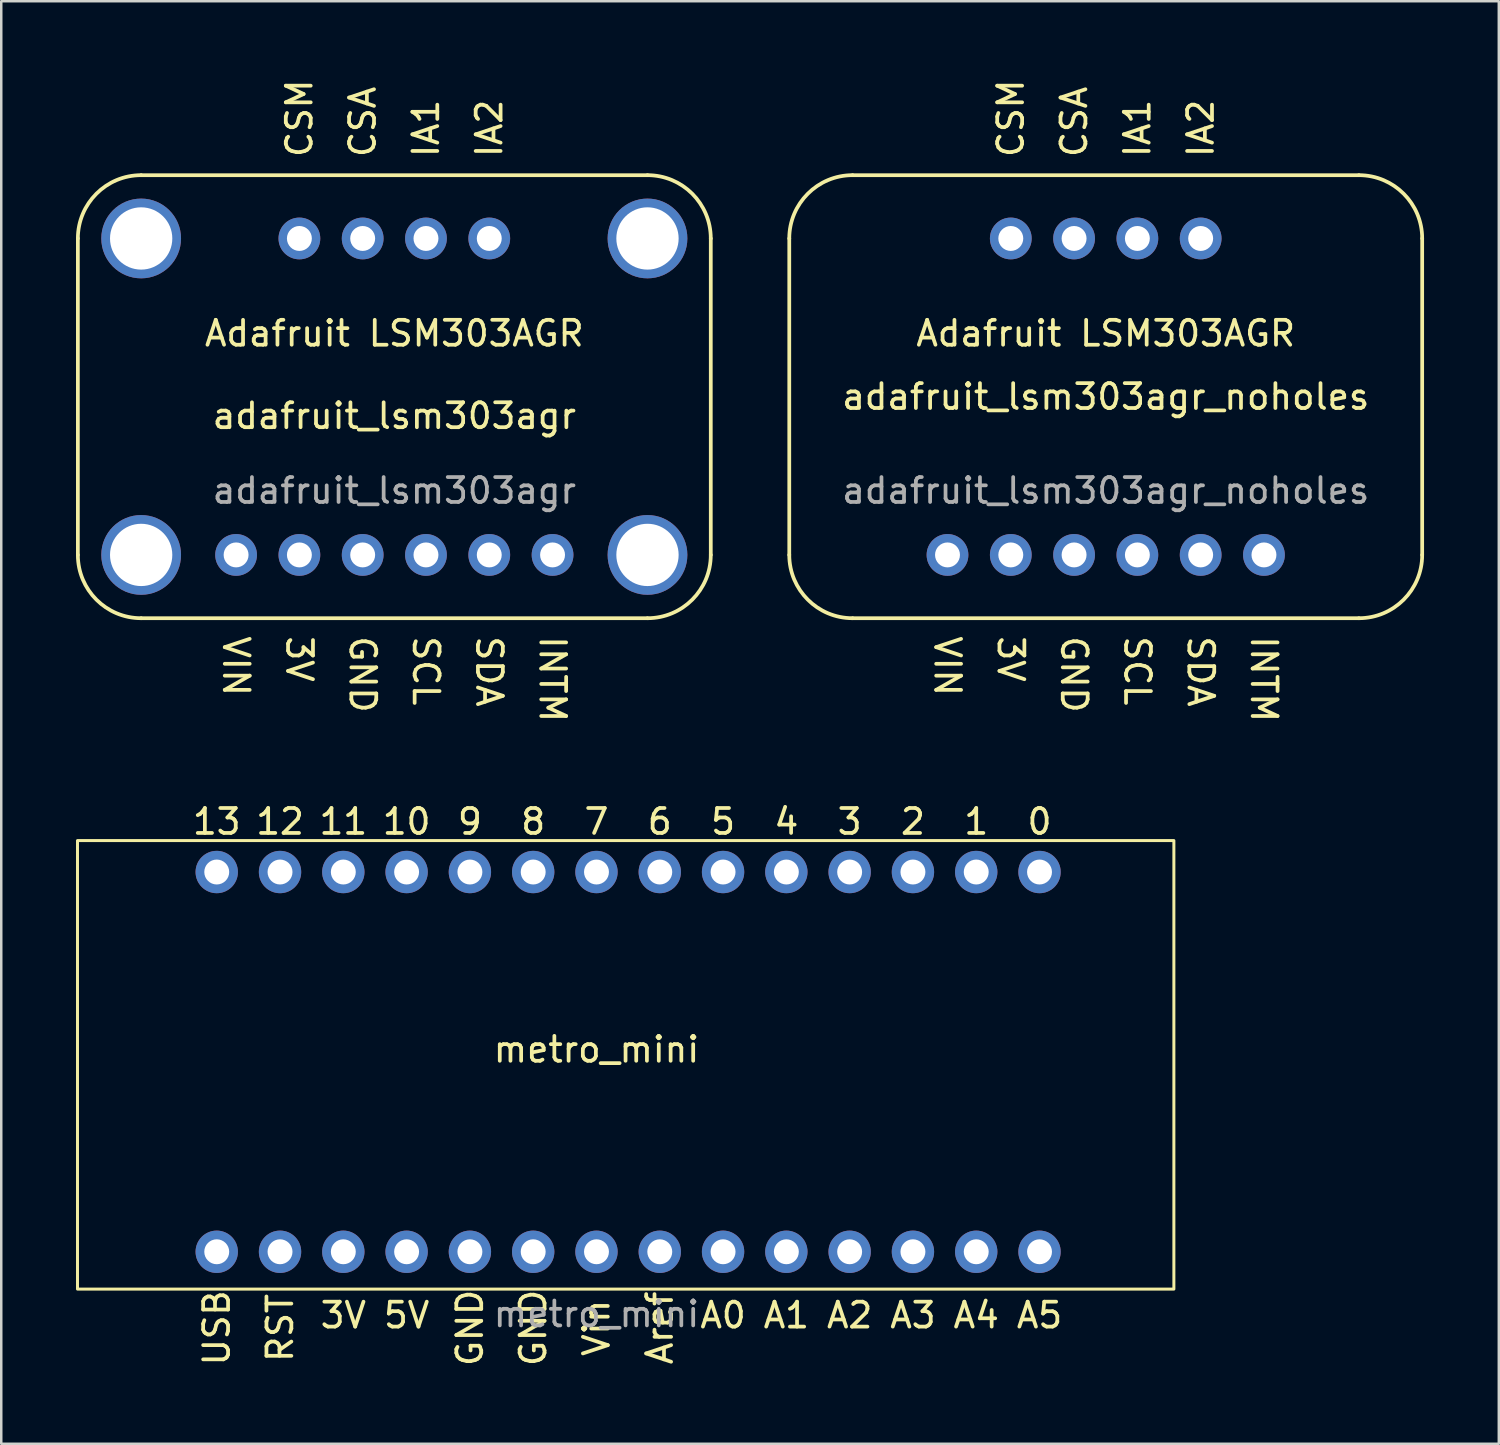
<source format=kicad_pcb>
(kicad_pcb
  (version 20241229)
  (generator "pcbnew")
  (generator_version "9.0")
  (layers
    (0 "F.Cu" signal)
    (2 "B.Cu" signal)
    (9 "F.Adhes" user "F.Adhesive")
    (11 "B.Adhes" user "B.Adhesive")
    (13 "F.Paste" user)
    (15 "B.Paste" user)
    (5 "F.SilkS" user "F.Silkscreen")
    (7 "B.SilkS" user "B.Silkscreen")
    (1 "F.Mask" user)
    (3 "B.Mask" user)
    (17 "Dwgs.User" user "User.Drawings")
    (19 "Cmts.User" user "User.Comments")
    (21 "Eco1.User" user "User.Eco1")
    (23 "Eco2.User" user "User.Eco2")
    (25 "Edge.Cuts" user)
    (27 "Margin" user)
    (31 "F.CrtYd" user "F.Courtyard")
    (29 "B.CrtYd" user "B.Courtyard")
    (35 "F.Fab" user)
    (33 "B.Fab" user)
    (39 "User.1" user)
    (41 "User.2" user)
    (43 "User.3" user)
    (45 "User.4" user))
  (footprint "adafruit_lsm303agr_noholes"
    (layer "F.Cu")
    (at 41.325 12.87)
    (property "Reference" "adafruit_lsm303agr_noholes" (at 0 0 0) (unlocked yes) (layer "F.SilkS") (effects (font (size 1 1) (thickness 0.15))))
    (attr through_hole)
    (fp_line (start -12.7 6.35) (end -12.7 -6.35) (stroke (width 0.15) (type default)) (layer "F.SilkS"))
    (fp_line (start -10.16 -8.89) (end 10.16 -8.89) (stroke (width 0.15) (type default)) (layer "F.SilkS"))
    (fp_line (start -10.16 8.89) (end 10.16 8.89) (stroke (width 0.15) (type default)) (layer "F.SilkS"))
    (fp_line (start 12.7 6.35) (end 12.7 -6.35) (stroke (width 0.15) (type default)) (layer "F.SilkS"))
    (fp_arc (start -12.7 -6.35) (mid -11.956051 -8.146051) (end -10.16 -8.89) (stroke (width 0.15) (type default)) (layer "F.SilkS"))
    (fp_arc (start -10.16 8.89) (mid -11.956051 8.146051) (end -12.7 6.35) (stroke (width 0.15) (type default)) (layer "F.SilkS"))
    (fp_arc (start 10.16 -8.89) (mid 11.956051 -8.146051) (end 12.7 -6.35) (stroke (width 0.15) (type default)) (layer "F.SilkS"))
    (fp_arc (start 12.7 6.35) (mid 11.956051 8.146051) (end 10.16 8.89) (stroke (width 0.15) (type default)) (layer "F.SilkS"))
    (fp_text user "Adafruit LSM303AGR" (at 0 -2.54 0) (unlocked yes) (layer "F.SilkS") (effects (font (size 1 1) (thickness 0.15))))
    (fp_text user "IA2" (at 3.81 -9.525 90) (unlocked yes) (layer "F.SilkS") (effects (font (size 1 1) (thickness 0.15)) (justify left)))
    (fp_text user "INTM" (at 6.35 9.525 270) (unlocked yes) (layer "F.SilkS") (effects (font (size 1 1) (thickness 0.15)) (justify left)))
    (fp_text user "SDA" (at 3.81 9.525 270) (unlocked yes) (layer "F.SilkS") (effects (font (size 1 1) (thickness 0.15)) (justify left)))
    (fp_text user "IA1" (at 1.27 -9.525 90) (unlocked yes) (layer "F.SilkS") (effects (font (size 1 1) (thickness 0.15)) (justify left)))
    (fp_text user "VIN" (at -6.35 9.525 270) (unlocked yes) (layer "F.SilkS") (effects (font (size 1 1) (thickness 0.15)) (justify left)))
    (fp_text user "CSM" (at -3.81 -9.525 90) (unlocked yes) (layer "F.SilkS") (effects (font (size 1 1) (thickness 0.15)) (justify left)))
    (fp_text user "3V" (at -3.81 9.525 270) (unlocked yes) (layer "F.SilkS") (effects (font (size 1 1) (thickness 0.15)) (justify left)))
    (fp_text user "SCL" (at 1.27 9.525 270) (unlocked yes) (layer "F.SilkS") (effects (font (size 1 1) (thickness 0.15)) (justify left)))
    (fp_text user "GND" (at -1.27 9.525 270) (unlocked yes) (layer "F.SilkS") (effects (font (size 1 1) (thickness 0.15)) (justify left)))
    (fp_text user "CSA" (at -1.27 -9.525 90) (unlocked yes) (layer "F.SilkS") (effects (font (size 1 1) (thickness 0.15)) (justify left)))
    (fp_text user "${REFERENCE}" (at 0 3.77 0) (unlocked yes) (layer "F.Fab") (effects (font (size 1 1) (thickness 0.15))))
    (pad "0" thru_hole circle (at -3.81 -6.35 90) (size 1.676 1.676) (drill 1) (layers "*.Cu" "*.Mask"))
    (pad "1" thru_hole circle (at -1.27 -6.35 90) (size 1.676 1.676) (drill 1) (layers "*.Cu" "*.Mask"))
    (pad "2" thru_hole circle (at 1.27 -6.35 90) (size 1.676 1.676) (drill 1) (layers "*.Cu" "*.Mask"))
    (pad "3" thru_hole circle (at 3.81 -6.35 90) (size 1.676 1.676) (drill 1) (layers "*.Cu" "*.Mask"))
    (pad "4" thru_hole circle (at -6.35 6.35 90) (size 1.676 1.676) (drill 1) (layers "*.Cu" "*.Mask"))
    (pad "5" thru_hole circle (at -3.81 6.35 90) (size 1.676 1.676) (drill 1) (layers "*.Cu" "*.Mask"))
    (pad "6" thru_hole circle (at -1.27 6.35 90) (size 1.676 1.676) (drill 1) (layers "*.Cu" "*.Mask"))
    (pad "7" thru_hole circle (at 1.27 6.35 90) (size 1.676 1.676) (drill 1) (layers "*.Cu" "*.Mask"))
    (pad "8" thru_hole circle (at 3.81 6.35 90) (size 1.676 1.676) (drill 1) (layers "*.Cu" "*.Mask"))
    (pad "9" thru_hole circle (at 6.35 6.35 90) (size 1.676 1.676) (drill 1) (layers "*.Cu" "*.Mask")))
  (footprint "metro_mini"
    (layer "F.Cu")
    (at 20.888 39.066)
    (property "Reference" "metro_mini" (at 0 0 0) (layer "F.SilkS") (effects (font (size 1 1) (thickness 0.15))))
    (attr through_hole)
    (fp_rect (start -20.828 -8.382) (end 23.172 9.618) (stroke (width 0.12) (type solid)) (fill no) (layer "F.SilkS"))
    (fp_text user "5" (at 5.08 -9.144 0) (layer "F.SilkS") (effects (font (size 1 1) (thickness 0.15))))
    (fp_text user "A4" (at 15.24 10.668 0) (layer "F.SilkS") (effects (font (size 1 1) (thickness 0.15))))
    (fp_text user "Vin" (at 0 11.176 270) (layer "F.SilkS") (effects (font (size 1 1) (thickness 0.15))))
    (fp_text user "7" (at 0 -9.144 0) (layer "F.SilkS") (effects (font (size 1 1) (thickness 0.15))))
    (fp_text user "13" (at -15.24 -9.144 0) (layer "F.SilkS") (effects (font (size 1 1) (thickness 0.15))))
    (fp_text user "4" (at 7.62 -9.144 0) (layer "F.SilkS") (effects (font (size 1 1) (thickness 0.15))))
    (fp_text user "6" (at 2.54 -9.144 0) (layer "F.SilkS") (effects (font (size 1 1) (thickness 0.15))))
    (fp_text user "10" (at -7.62 -9.144 0) (layer "F.SilkS") (effects (font (size 1 1) (thickness 0.15))))
    (fp_text user "RST" (at -12.7 11.176 270) (layer "F.SilkS") (effects (font (size 1 1) (thickness 0.15))))
    (fp_text user "Aref" (at 2.54 11.176 270) (layer "F.SilkS") (effects (font (size 1 1) (thickness 0.15))))
    (fp_text user "A3" (at 12.7 10.668 0) (layer "F.SilkS") (effects (font (size 1 1) (thickness 0.15))))
    (fp_text user "8" (at -2.54 -9.144 0) (layer "F.SilkS") (effects (font (size 1 1) (thickness 0.15))))
    (fp_text user "5V" (at -7.62 10.668 0) (layer "F.SilkS") (effects (font (size 1 1) (thickness 0.15))))
    (fp_text user "A1" (at 7.62 10.668 0) (layer "F.SilkS") (effects (font (size 1 1) (thickness 0.15))))
    (fp_text user "2" (at 12.7 -9.144 0) (layer "F.SilkS") (effects (font (size 1 1) (thickness 0.15))))
    (fp_text user "3V" (at -10.16 10.668 0) (layer "F.SilkS") (effects (font (size 1 1) (thickness 0.15))))
    (fp_text user "0" (at 17.78 -9.144 0) (layer "F.SilkS") (effects (font (size 1 1) (thickness 0.15))))
    (fp_text user "A5" (at 17.78 10.668 0) (layer "F.SilkS") (effects (font (size 1 1) (thickness 0.15))))
    (fp_text user "GND" (at -2.54 11.176 270) (layer "F.SilkS") (effects (font (size 1 1) (thickness 0.15))))
    (fp_text user "9" (at -5.08 -9.144 0) (layer "F.SilkS") (effects (font (size 1 1) (thickness 0.15))))
    (fp_text user "3" (at 10.16 -9.144 0) (layer "F.SilkS") (effects (font (size 1 1) (thickness 0.15))))
    (fp_text user "A0" (at 5.08 10.668 0) (layer "F.SilkS") (effects (font (size 1 1) (thickness 0.15))))
    (fp_text user "USB" (at -15.24 11.176 270) (layer "F.SilkS") (effects (font (size 1 1) (thickness 0.15))))
    (fp_text user "1" (at 15.24 -9.144 0) (layer "F.SilkS") (effects (font (size 1 1) (thickness 0.15))))
    (fp_text user "A2" (at 10.16 10.668 0) (layer "F.SilkS") (effects (font (size 1 1) (thickness 0.15))))
    (fp_text user "12" (at -12.7 -9.144 0) (layer "F.SilkS") (effects (font (size 1 1) (thickness 0.15))))
    (fp_text user "11" (at -10.16 -9.144 0) (layer "F.SilkS") (effects (font (size 1 1) (thickness 0.15))))
    (fp_text user "GND" (at -5.08 11.176 270) (layer "F.SilkS") (effects (font (size 1 1) (thickness 0.15))))
    (fp_text user "${REFERENCE}" (at 0 10.62 0) (unlocked yes) (layer "F.Fab") (effects (font (size 1 1) (thickness 0.15))))
    (pad "0" thru_hole circle (at 17.78 -7.12 270) (size 1.7 1.7) (drill 1) (layers "*.Cu" "*.Mask"))
    (pad "1" thru_hole circle (at 15.24 -7.12 270) (size 1.7 1.7) (drill 1) (layers "*.Cu" "*.Mask"))
    (pad "2" thru_hole circle (at 12.7 -7.12 270) (size 1.7 1.7) (drill 1) (layers "*.Cu" "*.Mask"))
    (pad "3" thru_hole circle (at 10.16 -7.12 270) (size 1.7 1.7) (drill 1) (layers "*.Cu" "*.Mask"))
    (pad "4" thru_hole circle (at 7.62 -7.12 270) (size 1.7 1.7) (drill 1) (layers "*.Cu" "*.Mask"))
    (pad "5" thru_hole circle (at 5.08 -7.12 270) (size 1.7 1.7) (drill 1) (layers "*.Cu" "*.Mask"))
    (pad "6" thru_hole circle (at 2.54 -7.12 270) (size 1.7 1.7) (drill 1) (layers "*.Cu" "*.Mask"))
    (pad "7" thru_hole circle (at 0 -7.12 270) (size 1.7 1.7) (drill 1) (layers "*.Cu" "*.Mask"))
    (pad "8" thru_hole circle (at -2.54 -7.12 270) (size 1.7 1.7) (drill 1) (layers "*.Cu" "*.Mask"))
    (pad "9" thru_hole circle (at -5.08 -7.12 270) (size 1.7 1.7) (drill 1) (layers "*.Cu" "*.Mask"))
    (pad "10" thru_hole circle (at -7.62 -7.12 270) (size 1.7 1.7) (drill 1) (layers "*.Cu" "*.Mask"))
    (pad "11" thru_hole circle (at -10.16 -7.12 270) (size 1.7 1.7) (drill 1) (layers "*.Cu" "*.Mask"))
    (pad "12" thru_hole circle (at -12.7 -7.12 270) (size 1.7 1.7) (drill 1) (layers "*.Cu" "*.Mask"))
    (pad "13" thru_hole circle (at -15.24 -7.12 270) (size 1.7 1.7) (drill 1) (layers "*.Cu" "*.Mask"))
    (pad "14" thru_hole circle (at -15.24 8.12 270) (size 1.7 1.7) (drill 1) (layers "*.Cu" "*.Mask"))
    (pad "15" thru_hole circle (at -12.7 8.12 270) (size 1.7 1.7) (drill 1) (layers "*.Cu" "*.Mask"))
    (pad "16" thru_hole circle (at -10.16 8.12 270) (size 1.7 1.7) (drill 1) (layers "*.Cu" "*.Mask"))
    (pad "17" thru_hole circle (at -7.62 8.12 270) (size 1.7 1.7) (drill 1) (layers "*.Cu" "*.Mask"))
    (pad "18" thru_hole circle (at -5.08 8.12 270) (size 1.7 1.7) (drill 1) (layers "*.Cu" "*.Mask"))
    (pad "19" thru_hole circle (at -2.54 8.12 270) (size 1.7 1.7) (drill 1) (layers "*.Cu" "*.Mask"))
    (pad "20" thru_hole circle (at 0 8.12 270) (size 1.7 1.7) (drill 1) (layers "*.Cu" "*.Mask"))
    (pad "21" thru_hole circle (at 2.54 8.12 270) (size 1.7 1.7) (drill 1) (layers "*.Cu" "*.Mask"))
    (pad "22" thru_hole circle (at 5.08 8.12 270) (size 1.7 1.7) (drill 1) (layers "*.Cu" "*.Mask"))
    (pad "23" thru_hole circle (at 7.62 8.12 270) (size 1.7 1.7) (drill 1) (layers "*.Cu" "*.Mask"))
    (pad "24" thru_hole circle (at 10.16 8.12 270) (size 1.7 1.7) (drill 1) (layers "*.Cu" "*.Mask"))
    (pad "25" thru_hole circle (at 12.7 8.12 270) (size 1.7 1.7) (drill 1) (layers "*.Cu" "*.Mask"))
    (pad "26" thru_hole circle (at 15.24 8.12 270) (size 1.7 1.7) (drill 1) (layers "*.Cu" "*.Mask"))
    (pad "27" thru_hole circle (at 17.78 8.12 270) (size 1.7 1.7) (drill 1) (layers "*.Cu" "*.Mask")))
  (footprint "adafruit_lsm303agr"
    (layer "F.Cu")
    (at 12.775 14.14)
    (property "Reference" "adafruit_lsm303agr" (at 0 -0.5 0) (unlocked yes) (layer "F.SilkS") (effects (font (size 1 1) (thickness 0.15))))
    (attr through_hole)
    (fp_line (start -12.7 5.08) (end -12.7 -7.62) (stroke (width 0.15) (type default)) (layer "F.SilkS"))
    (fp_line (start -10.16 -10.16) (end 10.16 -10.16) (stroke (width 0.15) (type default)) (layer "F.SilkS"))
    (fp_line (start -10.16 7.62) (end 10.16 7.62) (stroke (width 0.15) (type default)) (layer "F.SilkS"))
    (fp_line (start 12.7 5.08) (end 12.7 -7.62) (stroke (width 0.15) (type default)) (layer "F.SilkS"))
    (fp_arc (start -12.7 -7.62) (mid -11.956051 -9.416051) (end -10.16 -10.16) (stroke (width 0.15) (type default)) (layer "F.SilkS"))
    (fp_arc (start -10.16 7.62) (mid -11.956051 6.876051) (end -12.7 5.08) (stroke (width 0.15) (type default)) (layer "F.SilkS"))
    (fp_arc (start 10.16 -10.16) (mid 11.956051 -9.416051) (end 12.7 -7.62) (stroke (width 0.15) (type default)) (layer "F.SilkS"))
    (fp_arc (start 12.7 5.08) (mid 11.956051 6.876051) (end 10.16 7.62) (stroke (width 0.15) (type default)) (layer "F.SilkS"))
    (fp_text user "VIN" (at -6.35 8.255 270) (unlocked yes) (layer "F.SilkS") (effects (font (size 1 1) (thickness 0.15)) (justify left)))
    (fp_text user "IA2" (at 3.81 -10.795 90) (unlocked yes) (layer "F.SilkS") (effects (font (size 1 1) (thickness 0.15)) (justify left)))
    (fp_text user "CSA" (at -1.27 -10.795 90) (unlocked yes) (layer "F.SilkS") (effects (font (size 1 1) (thickness 0.15)) (justify left)))
    (fp_text user "SCL" (at 1.27 8.255 270) (unlocked yes) (layer "F.SilkS") (effects (font (size 1 1) (thickness 0.15)) (justify left)))
    (fp_text user "IA1" (at 1.27 -10.795 90) (unlocked yes) (layer "F.SilkS") (effects (font (size 1 1) (thickness 0.15)) (justify left)))
    (fp_text user "GND" (at -1.27 8.255 270) (unlocked yes) (layer "F.SilkS") (effects (font (size 1 1) (thickness 0.15)) (justify left)))
    (fp_text user "Adafruit LSM303AGR" (at 0 -3.81 0) (unlocked yes) (layer "F.SilkS") (effects (font (size 1 1) (thickness 0.15))))
    (fp_text user "CSM" (at -3.81 -10.795 90) (unlocked yes) (layer "F.SilkS") (effects (font (size 1 1) (thickness 0.15)) (justify left)))
    (fp_text user "INTM" (at 6.35 8.255 270) (unlocked yes) (layer "F.SilkS") (effects (font (size 1 1) (thickness 0.15)) (justify left)))
    (fp_text user "3V" (at -3.81 8.255 270) (unlocked yes) (layer "F.SilkS") (effects (font (size 1 1) (thickness 0.15)) (justify left)))
    (fp_text user "SDA" (at 3.81 8.255 270) (unlocked yes) (layer "F.SilkS") (effects (font (size 1 1) (thickness 0.15)) (justify left)))
    (fp_text user "${REFERENCE}" (at 0 2.5 0) (unlocked yes) (layer "F.Fab") (effects (font (size 1 1) (thickness 0.15))))
    (pad "" thru_hole circle (at -10.16 -7.62) (size 3.2 3.2) (drill 2.5) (layers "*.Cu" "*.Mask"))
    (pad "" thru_hole circle (at -10.16 5.08) (size 3.2 3.2) (drill 2.5) (layers "*.Cu" "*.Mask"))
    (pad "" thru_hole circle (at 10.16 -7.62) (size 3.2 3.2) (drill 2.5) (layers "*.Cu" "*.Mask"))
    (pad "" thru_hole circle (at 10.16 5.08) (size 3.2 3.2) (drill 2.5) (layers "*.Cu" "*.Mask"))
    (pad "0" thru_hole circle (at -3.81 -7.62 90) (size 1.676 1.676) (drill 1) (layers "*.Cu" "*.Mask"))
    (pad "1" thru_hole circle (at -1.27 -7.62 90) (size 1.676 1.676) (drill 1) (layers "*.Cu" "*.Mask"))
    (pad "2" thru_hole circle (at 1.27 -7.62 90) (size 1.676 1.676) (drill 1) (layers "*.Cu" "*.Mask"))
    (pad "3" thru_hole circle (at 3.81 -7.62 90) (size 1.676 1.676) (drill 1) (layers "*.Cu" "*.Mask"))
    (pad "4" thru_hole circle (at -6.35 5.08 90) (size 1.676 1.676) (drill 1) (layers "*.Cu" "*.Mask"))
    (pad "5" thru_hole circle (at -3.81 5.08 90) (size 1.676 1.676) (drill 1) (layers "*.Cu" "*.Mask"))
    (pad "6" thru_hole circle (at -1.27 5.08 90) (size 1.676 1.676) (drill 1) (layers "*.Cu" "*.Mask"))
    (pad "7" thru_hole circle (at 1.27 5.08 90) (size 1.676 1.676) (drill 1) (layers "*.Cu" "*.Mask"))
    (pad "8" thru_hole circle (at 3.81 5.08 90) (size 1.676 1.676) (drill 1) (layers "*.Cu" "*.Mask"))
    (pad "9" thru_hole circle (at 6.35 5.08 90) (size 1.676 1.676) (drill 1) (layers "*.Cu" "*.Mask")))
  (gr_rect
    (start -3 -3)
    (end 57.1 54.891)
    (stroke (width 0.1) (type default))
    (fill no)
    (layer "Edge.Cuts")))
</source>
